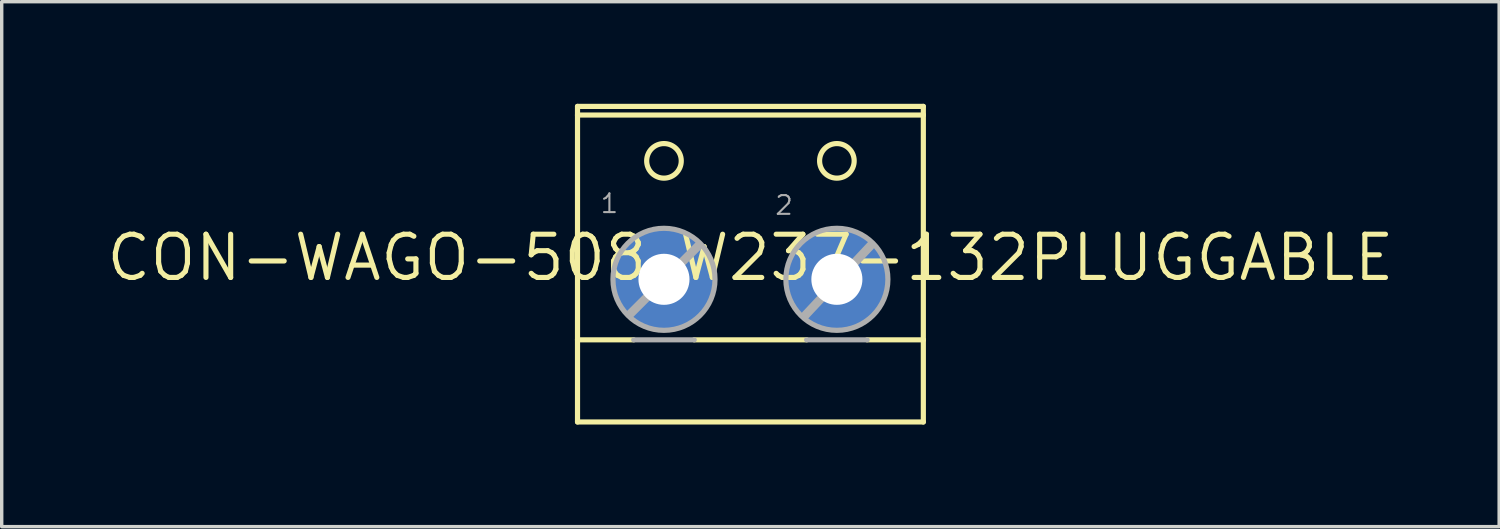
<source format=kicad_pcb>
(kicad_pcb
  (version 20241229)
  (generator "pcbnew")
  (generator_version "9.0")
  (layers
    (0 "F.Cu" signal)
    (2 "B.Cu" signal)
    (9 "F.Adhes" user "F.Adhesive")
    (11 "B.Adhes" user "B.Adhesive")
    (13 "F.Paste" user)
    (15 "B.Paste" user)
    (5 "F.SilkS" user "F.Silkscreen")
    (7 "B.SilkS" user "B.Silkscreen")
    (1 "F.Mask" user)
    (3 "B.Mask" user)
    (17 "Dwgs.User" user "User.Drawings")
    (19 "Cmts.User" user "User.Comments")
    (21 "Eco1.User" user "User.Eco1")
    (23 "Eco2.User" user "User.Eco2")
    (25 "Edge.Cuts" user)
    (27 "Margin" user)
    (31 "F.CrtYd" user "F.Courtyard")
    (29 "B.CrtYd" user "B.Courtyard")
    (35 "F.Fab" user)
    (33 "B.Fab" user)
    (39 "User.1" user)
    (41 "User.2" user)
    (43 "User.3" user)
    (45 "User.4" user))
  (footprint "CON-WAGO-508_W237-132PLUGGABLE"
    (layer "F.Cu")
    (at 18.997 4.521)
    (property "Reference" "CON-WAGO-508_W237-132PLUGGABLE" (at 0 0 0) (layer "F.SilkS") (effects (font (size 1.27 1.27) (thickness 0.15))))
    (fp_line (start -5.08 -4.445) (end 5.08 -4.445) (stroke (width 0.152) (type solid)) (layer "F.SilkS"))
    (fp_line (start -5.08 -4.191) (end -5.08 -4.445) (stroke (width 0.152) (type solid)) (layer "F.SilkS"))
    (fp_line (start -5.08 -4.191) (end -5.08 2.413) (stroke (width 0.152) (type solid)) (layer "F.SilkS"))
    (fp_line (start -5.08 -4.191) (end 5.08 -4.191) (stroke (width 0.152) (type solid)) (layer "F.SilkS"))
    (fp_line (start -5.08 2.413) (end -5.08 4.826) (stroke (width 0.152) (type solid)) (layer "F.SilkS"))
    (fp_line (start -5.08 2.413) (end -3.429 2.413) (stroke (width 0.152) (type solid)) (layer "F.SilkS"))
    (fp_line (start -1.651 2.413) (end 1.651 2.413) (stroke (width 0.152) (type solid)) (layer "F.SilkS"))
    (fp_line (start 3.429 2.413) (end 5.08 2.413) (stroke (width 0.152) (type solid)) (layer "F.SilkS"))
    (fp_line (start 5.08 -4.191) (end 5.08 -4.445) (stroke (width 0.152) (type solid)) (layer "F.SilkS"))
    (fp_line (start 5.08 2.413) (end 5.08 -4.191) (stroke (width 0.152) (type solid)) (layer "F.SilkS"))
    (fp_line (start 5.08 4.826) (end -5.08 4.826) (stroke (width 0.152) (type solid)) (layer "F.SilkS"))
    (fp_line (start 5.08 4.826) (end 5.08 2.413) (stroke (width 0.152) (type solid)) (layer "F.SilkS"))
    (fp_circle (center -2.54 -2.845) (end -2.032 -2.845) (stroke (width 0.152) (type solid)) (fill no) (layer "F.SilkS"))
    (fp_circle (center 2.54 -2.845) (end 3.048 -2.845) (stroke (width 0.152) (type solid)) (fill no) (layer "F.SilkS"))
    (fp_line (start -3.531 1.651) (end -1.524 -0.356) (stroke (width 0.254) (type solid)) (layer "F.Fab"))
    (fp_line (start -3.429 2.413) (end -1.651 2.413) (stroke (width 0.152) (type solid)) (layer "F.Fab"))
    (fp_line (start 1.626 1.676) (end 3.531 -0.356) (stroke (width 0.254) (type solid)) (layer "F.Fab"))
    (fp_line (start 1.651 2.413) (end 3.429 2.413) (stroke (width 0.152) (type solid)) (layer "F.Fab"))
    (fp_circle (center -2.54 0.635) (end -1.041 0.635) (stroke (width 0.152) (type solid)) (fill no) (layer "F.Fab"))
    (fp_circle (center 2.54 0.635) (end 4.039 0.635) (stroke (width 0.152) (type solid)) (fill no) (layer "F.Fab"))
    (fp_text user "2" (at 0.686 -1.219 0) (layer "F.Fab") (effects (font (size 0.549 0.549) (thickness 0.061)) (justify left bottom)))
    (fp_text user "1" (at -4.445 -1.27 0) (layer "F.Fab") (effects (font (size 0.549 0.549) (thickness 0.061)) (justify left bottom)))
    (pad "1" thru_hole circle (at -2.54 0.635 90) (size 3.048 3.048) (drill 1.5) (layers "*.Cu" "*.Mask"))
    (pad "2" thru_hole circle (at 2.54 0.635 90) (size 3.048 3.048) (drill 1.5) (layers "*.Cu" "*.Mask")))
  (gr_rect
    (start -3 -3)
    (end 40.994 12.423)
    (stroke (width 0.1) (type default))
    (fill no)
    (layer "Edge.Cuts")))
</source>
